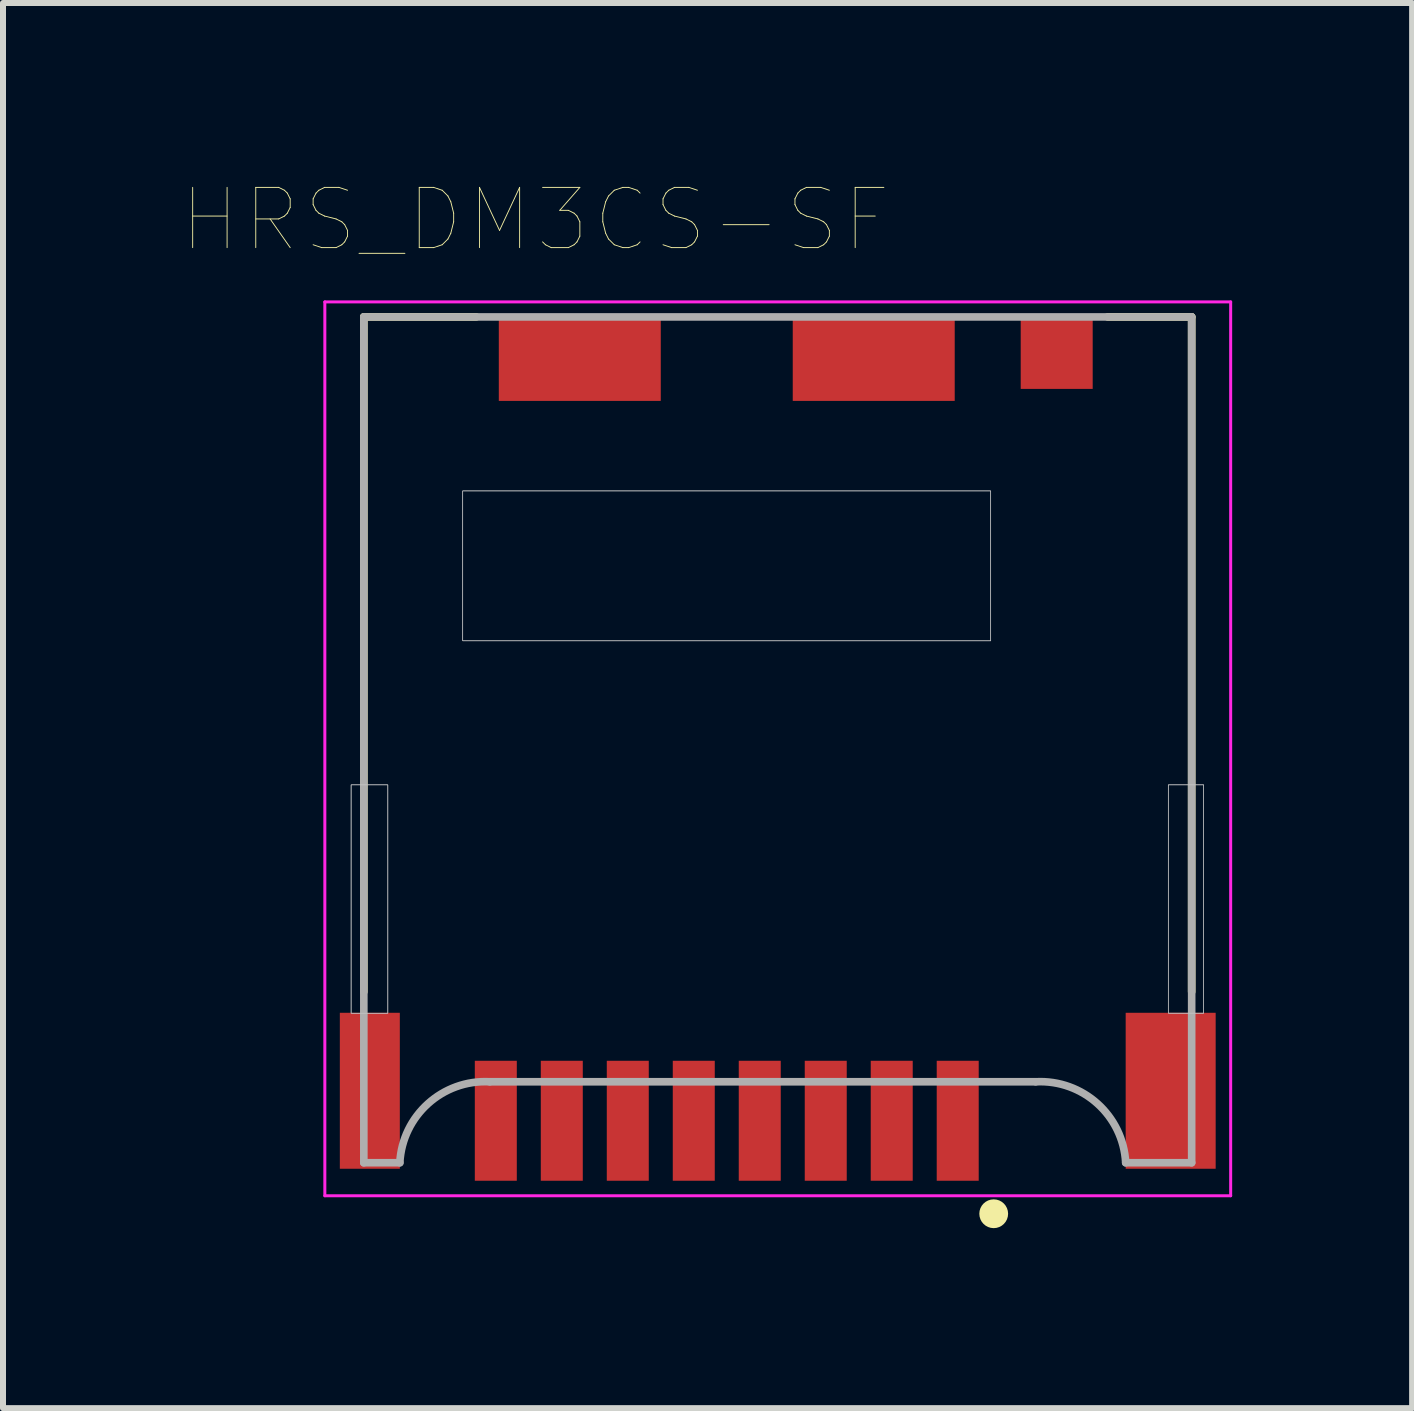
<source format=kicad_pcb>
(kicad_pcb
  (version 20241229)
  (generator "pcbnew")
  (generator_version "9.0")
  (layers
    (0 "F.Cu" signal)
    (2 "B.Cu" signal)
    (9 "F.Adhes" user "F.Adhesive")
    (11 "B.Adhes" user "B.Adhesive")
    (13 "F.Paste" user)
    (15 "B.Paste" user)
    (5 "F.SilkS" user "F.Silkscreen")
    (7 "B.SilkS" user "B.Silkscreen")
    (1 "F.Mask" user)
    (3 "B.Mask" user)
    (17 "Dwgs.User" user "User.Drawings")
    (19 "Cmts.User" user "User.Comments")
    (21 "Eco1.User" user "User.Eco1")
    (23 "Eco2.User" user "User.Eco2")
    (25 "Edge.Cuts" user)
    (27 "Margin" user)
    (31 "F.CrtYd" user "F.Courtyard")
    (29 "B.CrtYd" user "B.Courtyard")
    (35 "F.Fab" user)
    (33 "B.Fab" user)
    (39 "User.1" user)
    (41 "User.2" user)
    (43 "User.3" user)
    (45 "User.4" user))
  (footprint "HRS_DM3CS-SF"
    (layer "F.Cu")
    (at 9.715 9.283)
    (property "Reference" "HRS_DM3CS-SF" (at -3.84 -8.669 0) (layer "F.SilkS") (effects (font (size 1.004 1.004) (thickness 0.015))))
    (attr through_hole)
    (fp_line (start -6.7 -7.05) (end -4.826 -7.05) (stroke (width 0.127) (type solid)) (layer "F.SilkS"))
    (fp_line (start -6.7 4.2) (end -6.7 -7.05) (stroke (width 0.127) (type solid)) (layer "F.SilkS"))
    (fp_line (start 7.1 -7.05) (end 5.7 -7.05) (stroke (width 0.127) (type solid)) (layer "F.SilkS"))
    (fp_line (start 7.1 -7.05) (end 7.1 4.2) (stroke (width 0.127) (type solid)) (layer "F.SilkS"))
    (fp_circle (center 3.8 7.9) (end 3.92 7.9) (stroke (width 0.24) (type solid)) (fill no) (layer "F.SilkS"))
    (fp_poly (pts (xy -6.912 0.75) (xy -6.3 0.75) (xy -6.3 4.558) (xy -6.912 4.558)) (stroke (width 0.01) (type solid)) (fill no) (layer "Dwgs.User"))
    (fp_poly (pts (xy -6.912 0.75) (xy -6.3 0.75) (xy -6.3 4.558) (xy -6.912 4.558)) (stroke (width 0.01) (type solid)) (fill no) (layer "Dwgs.User"))
    (fp_poly (pts (xy -5.053 -4.15) (xy 3.75 -4.15) (xy 3.75 -1.651) (xy -5.053 -1.651)) (stroke (width 0.01) (type solid)) (fill no) (layer "Dwgs.User"))
    (fp_poly (pts (xy -5.051 -4.15) (xy 3.75 -4.15) (xy 3.75 -1.65) (xy -5.051 -1.65)) (stroke (width 0.01) (type solid)) (fill no) (layer "Dwgs.User"))
    (fp_poly (pts (xy 6.71 0.75) (xy 7.3 0.75) (xy 7.3 4.556) (xy 6.71 4.556)) (stroke (width 0.01) (type solid)) (fill no) (layer "Dwgs.User"))
    (fp_poly (pts (xy 6.712 0.75) (xy 7.3 0.75) (xy 7.3 4.558) (xy 6.712 4.558)) (stroke (width 0.01) (type solid)) (fill no) (layer "Dwgs.User"))
    (fp_line (start -7.35 -7.3) (end -7.35 7.6) (stroke (width 0.05) (type solid)) (layer "F.CrtYd"))
    (fp_line (start -7.35 7.6) (end 7.75 7.6) (stroke (width 0.05) (type solid)) (layer "F.CrtYd"))
    (fp_line (start 7.75 -7.3) (end -7.35 -7.3) (stroke (width 0.05) (type solid)) (layer "F.CrtYd"))
    (fp_line (start 7.75 7.6) (end 7.75 -7.3) (stroke (width 0.05) (type solid)) (layer "F.CrtYd"))
    (fp_line (start -6.7 -7.05) (end 7.1 -7.05) (stroke (width 0.127) (type solid)) (layer "F.Fab"))
    (fp_line (start -6.7 7.05) (end -6.7 -7.05) (stroke (width 0.127) (type solid)) (layer "F.Fab"))
    (fp_line (start -6.1 7.05) (end -6.7 7.05) (stroke (width 0.127) (type solid)) (layer "F.Fab"))
    (fp_line (start 4.5 5.7) (end -4.6 5.7) (stroke (width 0.127) (type solid)) (layer "F.Fab"))
    (fp_line (start 7.1 -7.05) (end 7.1 7.05) (stroke (width 0.127) (type solid)) (layer "F.Fab"))
    (fp_line (start 7.1 7.05) (end 6 7.05) (stroke (width 0.127) (type solid)) (layer "F.Fab"))
    (fp_arc (start -6.1 7.05) (mid -5.629594 6.06434) (end -4.6 5.7) (stroke (width 0.127) (type solid)) (layer "F.Fab"))
    (fp_arc (start 4.5 5.7) (mid 5.529594 6.06434) (end 6 7.05) (stroke (width 0.127) (type solid)) (layer "F.Fab"))
    (pad "1" smd rect (at 3.2 6.35) (size 0.7 2) (layers "F.Cu" "F.Mask" "F.Paste"))
    (pad "2" smd rect (at 2.1 6.35) (size 0.7 2) (layers "F.Cu" "F.Mask" "F.Paste"))
    (pad "3" smd rect (at 1 6.35) (size 0.7 2) (layers "F.Cu" "F.Mask" "F.Paste"))
    (pad "4" smd rect (at -0.1 6.35) (size 0.7 2) (layers "F.Cu" "F.Mask" "F.Paste"))
    (pad "5" smd rect (at -1.2 6.35) (size 0.7 2) (layers "F.Cu" "F.Mask" "F.Paste"))
    (pad "6" smd rect (at -2.3 6.35) (size 0.7 2) (layers "F.Cu" "F.Mask" "F.Paste"))
    (pad "7" smd rect (at -3.4 6.35) (size 0.7 2) (layers "F.Cu" "F.Mask" "F.Paste"))
    (pad "8" smd rect (at -4.5 6.35) (size 0.7 2) (layers "F.Cu" "F.Mask" "F.Paste"))
    (pad "9" smd rect (at -6.6 5.85) (size 1 2.6) (layers "F.Cu" "F.Mask" "F.Paste"))
    (pad "9" smd rect (at -3.1 -6.35) (size 2.7 1.4) (layers "F.Cu" "F.Mask" "F.Paste"))
    (pad "9" smd rect (at 4.85 -6.45) (size 1.2 1.2) (layers "F.Cu" "F.Mask" "F.Paste"))
    (pad "9" smd rect (at 6.75 5.85) (size 1.5 2.6) (layers "F.Cu" "F.Mask" "F.Paste"))
    (pad "I" smd rect (at 1.8 -6.35) (size 2.7 1.4) (layers "F.Cu" "F.Mask" "F.Paste")))
  (gr_rect
    (start -3 -3)
    (end 20.49 20.423)
    (stroke (width 0.1) (type default))
    (fill no)
    (layer "Edge.Cuts")))
</source>
